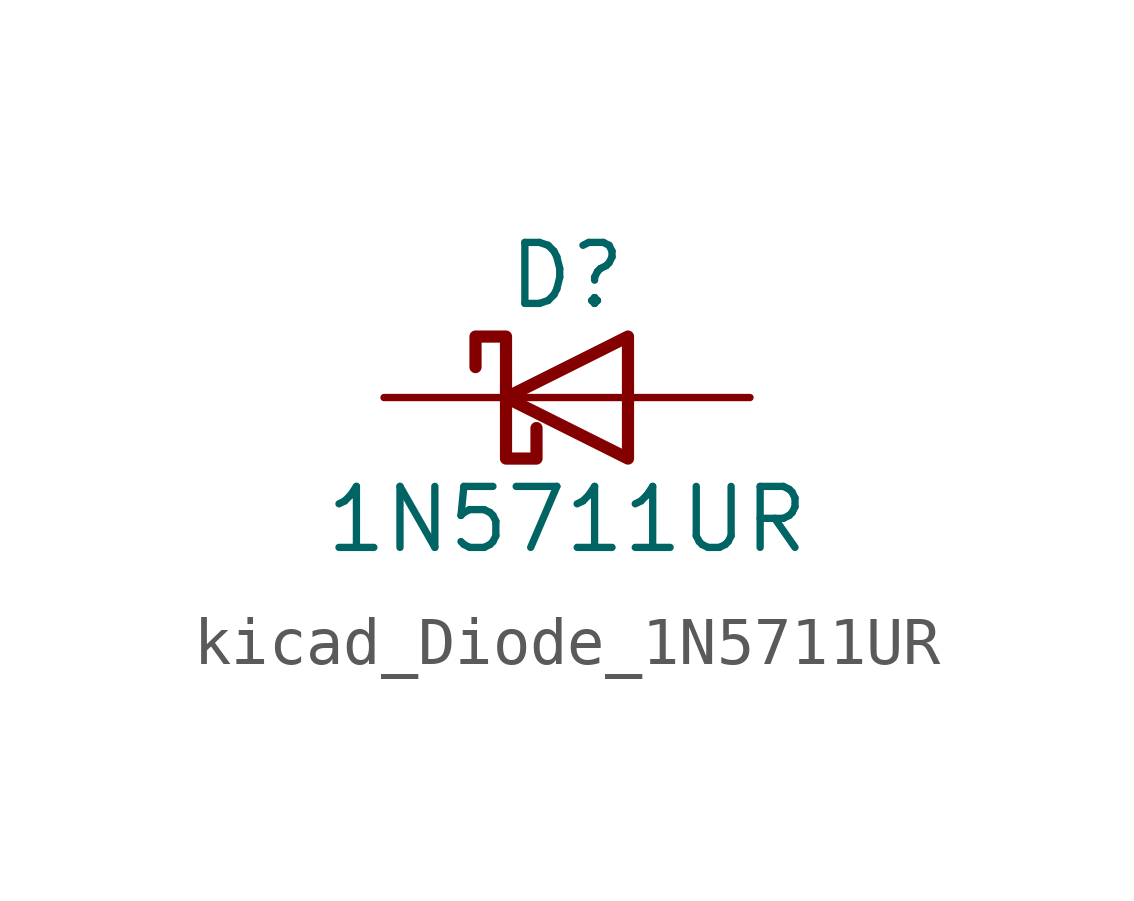
<source format=kicad_sym>
(kicad_symbol_lib
  (version 20220914)
  (generator kicad_symbol_editor)
  (symbol "kicad_Diode_1N5711UR"
    (pin_numbers hide)
    (pin_names
      (offset 1.016) hide)
    (property "Reference" "D"
      (at 0 2.54 0)
      (effects (font (size 1.27 1.27))))
    (property "Value" "1N5711UR"
      (at 0 -2.54 0)
      (effects (font (size 1.27 1.27))))
    (symbol "kicad_Diode_1N5711UR_0_1"
      (polyline (pts (xy 1.27 0) (xy -1.27 0)) (stroke (width 0) (type default)) (fill (type none)))
      (polyline (pts (xy 1.27 1.27) (xy 1.27 -1.27) (xy -1.27 0) (xy 1.27 1.27)) (stroke (width 0.254) (type default)) (fill (type none)))
      (polyline (pts (xy -1.905 0.635) (xy -1.905 1.27) (xy -1.27 1.27) (xy -1.27 -1.27) (xy -0.635 -1.27) (xy -0.635 -0.635)) (stroke (width 0.254) (type default)) (fill (type none))))
    (symbol "kicad_Diode_1N5711UR_1_1"
      (pin passive line (at -3.81 0 0) (length 2.54) (name "K" (effects (font (size 1.27 1.27)))) (number "1" (effects (font (size 1.27 1.27)))))
      (pin passive line (at 3.81 0 180) (length 2.54) (name "A" (effects (font (size 1.27 1.27)))) (number "2" (effects (font (size 1.27 1.27))))))))
</source>
